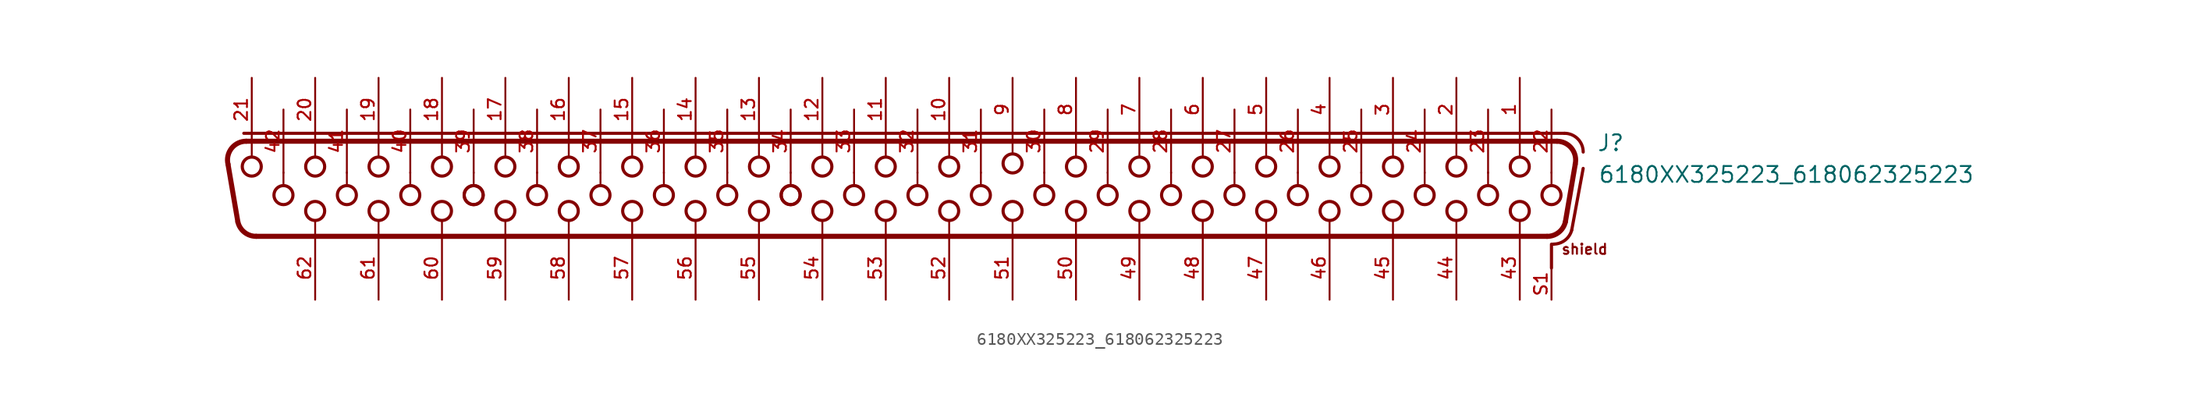
<source format=kicad_sym>
(kicad_symbol_lib
  (version 20211014)
  (generator kicad_symbol_editor)
  (symbol "6180XX325223_618062325223"
    (pin_names
      (offset 1.016))
    (property "Reference" "J"
      (at 56.96 1.66 0)
      (effects (font (size 1.27 1.27)) (justify bottom left)))
    (property "Value" "6180XX325223_618062325223"
      (at 57.06 -0.88 0)
      (effects (font (size 1.27 1.27)) (justify bottom left)))
    (symbol "6180XX325223_618062325223_0_0"
      (polyline (pts (xy -51.244 2.54) (xy 53.784 2.54)) (stroke (width 0.406)))
      (arc (start 55.2442125 0.695165625) (mid 54.9583 1.9738) (end 53.7843875 2.54) (stroke (width 0.4064) (type default) (color 0 0 0 0)) (fill (type none)))
      (polyline (pts (xy 55.244 0.695) (xy 54.453 -3.925)) (stroke (width 0.406)))
      (arc (start 52.99305 -5.08) (mid 53.9208 -4.7586) (end 54.452871875 -3.92484375) (stroke (width 0.4064) (type default) (color 0 0 0 0)) (fill (type none)))
      (polyline (pts (xy 52.993 -5.08) (xy -50.453 -5.08)) (stroke (width 0.406)))
      (arc (start -52.7042125 0.695165625) (mid -52.4183 1.9738) (end -51.2443875 2.54) (stroke (width 0.4064) (type default) (color 0 0 0 0)) (fill (type none)))
      (arc (start -51.912871875 -3.92484375) (mid -51.3868 -4.7539) (end -50.45305 -5.08) (stroke (width 0.4064) (type default) (color 0 0 0 0)) (fill (type none)))
      (polyline (pts (xy -51.913 -3.925) (xy -52.704 0.695)) (stroke (width 0.406)))
      (polyline (pts (xy -51.435 3.175) (xy 54.38 3.175)) (stroke (width 0.254)))
      (arc (start 55.88 1.675) (mid 55.4407 2.7357) (end 54.38 3.175) (stroke (width 0.254) (type default) (color 0 0 0 0)) (fill (type none)))
      (polyline (pts (xy 53.34 -5.715) (xy 53.34 -7.62)) (stroke (width 0.254)))
      (polyline (pts (xy 53.38 -5.71) (xy 53.509 -5.71)) (stroke (width 0.254)))
      (arc (start 54.96405 -4.5738) (mid 54.4323 -5.392) (end 53.508834375 -5.71) (stroke (width 0.254) (type default) (color 0 0 0 0)) (fill (type none)))
      (polyline (pts (xy 54.964 -4.574) (xy 55.88 0.36)) (stroke (width 0.254)))
      (polyline (pts (xy -50.8 2.58) (xy -50.8 1.3)) (stroke (width 0.152)))
      (polyline (pts (xy 12.7 0.04) (xy 12.7 -1.04)) (stroke (width 0.152)))
      (polyline (pts (xy 15.24 2.58) (xy 15.24 1.3)) (stroke (width 0.152)))
      (polyline (pts (xy 20.32 2.58) (xy 20.32 1.3)) (stroke (width 0.152)))
      (polyline (pts (xy 25.4 2.58) (xy 25.4 1.3)) (stroke (width 0.152)))
      (polyline (pts (xy 30.48 2.58) (xy 30.48 1.3)) (stroke (width 0.152)))
      (polyline (pts (xy 35.56 2.58) (xy 35.56 1.3)) (stroke (width 0.152)))
      (polyline (pts (xy 40.64 2.58) (xy 40.64 1.3)) (stroke (width 0.152)))
      (polyline (pts (xy 45.72 2.58) (xy 45.72 1.3)) (stroke (width 0.152)))
      (polyline (pts (xy 50.8 2.58) (xy 50.8 1.3)) (stroke (width 0.152)))
      (polyline (pts (xy 50.8 -5.12) (xy 50.8 -3.84)) (stroke (width 0.152)))
      (polyline (pts (xy 45.72 -5.12) (xy 45.72 -3.84)) (stroke (width 0.152)))
      (polyline (pts (xy 40.64 -5.12) (xy 40.64 -3.84)) (stroke (width 0.152)))
      (polyline (pts (xy 35.56 -5.12) (xy 35.56 -3.84)) (stroke (width 0.152)))
      (polyline (pts (xy 30.48 -5.12) (xy 30.48 -3.84)) (stroke (width 0.152)))
      (polyline (pts (xy 25.4 -5.12) (xy 25.4 -3.84)) (stroke (width 0.152)))
      (polyline (pts (xy 20.32 -5.12) (xy 20.32 -3.84)) (stroke (width 0.152)))
      (polyline (pts (xy 15.24 -5.12) (xy 15.24 -3.84)) (stroke (width 0.152)))
      (polyline (pts (xy 17.78 0.04) (xy 17.78 -1.04)) (stroke (width 0.152)))
      (polyline (pts (xy 22.86 0.04) (xy 22.86 -1.04)) (stroke (width 0.152)))
      (polyline (pts (xy 27.94 0.04) (xy 27.94 -1.04)) (stroke (width 0.152)))
      (polyline (pts (xy 33.02 0.04) (xy 33.02 -1.04)) (stroke (width 0.152)))
      (polyline (pts (xy 38.1 0.04) (xy 38.1 -1.04)) (stroke (width 0.152)))
      (polyline (pts (xy 43.18 0.04) (xy 43.18 -1.04)) (stroke (width 0.152)))
      (polyline (pts (xy 48.26 0.04) (xy 48.26 -1.04)) (stroke (width 0.152)))
      (polyline (pts (xy 53.34 0.04) (xy 53.34 -1.04)) (stroke (width 0.152)))
      (polyline (pts (xy -5.08 2.58) (xy -5.08 1.3)) (stroke (width 0.152)))
      (polyline (pts (xy 0.0 2.58) (xy 0.0 1.3)) (stroke (width 0.152)))
      (polyline (pts (xy 5.08 2.58) (xy 5.08 1.3)) (stroke (width 0.152)))
      (polyline (pts (xy 5.08 -5.12) (xy 5.08 -3.84)) (stroke (width 0.152)))
      (polyline (pts (xy 0.0 -5.12) (xy 0.0 -3.84)) (stroke (width 0.152)))
      (polyline (pts (xy -5.08 -5.12) (xy -5.08 -3.84)) (stroke (width 0.152)))
      (polyline (pts (xy -2.54 0.04) (xy -2.54 -1.04)) (stroke (width 0.152)))
      (polyline (pts (xy 2.54 0.04) (xy 2.54 -1.04)) (stroke (width 0.152)))
      (polyline (pts (xy 7.62 0.04) (xy 7.62 -1.04)) (stroke (width 0.152)))
      (polyline (pts (xy 10.16 2.58) (xy 10.16 1.5)) (stroke (width 0.152)))
      (polyline (pts (xy -17.78 0.04) (xy -17.78 -1.04)) (stroke (width 0.152)))
      (polyline (pts (xy -15.24 2.58) (xy -15.24 1.3)) (stroke (width 0.152)))
      (polyline (pts (xy -10.16 2.58) (xy -10.16 1.3)) (stroke (width 0.152)))
      (polyline (pts (xy -10.16 -5.12) (xy -10.16 -3.84)) (stroke (width 0.152)))
      (polyline (pts (xy -15.24 -5.12) (xy -15.24 -3.84)) (stroke (width 0.152)))
      (polyline (pts (xy -12.7 0.04) (xy -12.7 -1.04)) (stroke (width 0.152)))
      (polyline (pts (xy -7.62 0.04) (xy -7.62 -1.04)) (stroke (width 0.152)))
      (polyline (pts (xy 10.16 -5.12) (xy 10.16 -3.84)) (stroke (width 0.152)))
      (polyline (pts (xy -30.48 2.58) (xy -30.48 1.3)) (stroke (width 0.152)))
      (polyline (pts (xy -25.4 2.58) (xy -25.4 1.3)) (stroke (width 0.152)))
      (polyline (pts (xy -20.32 2.58) (xy -20.32 1.3)) (stroke (width 0.152)))
      (polyline (pts (xy -20.32 -5.12) (xy -20.32 -3.84)) (stroke (width 0.152)))
      (polyline (pts (xy -25.4 -5.12) (xy -25.4 -3.84)) (stroke (width 0.152)))
      (polyline (pts (xy -30.48 -5.12) (xy -30.48 -3.84)) (stroke (width 0.152)))
      (polyline (pts (xy -27.94 0.04) (xy -27.94 -1.04)) (stroke (width 0.152)))
      (polyline (pts (xy -22.86 0.04) (xy -22.86 -1.04)) (stroke (width 0.152)))
      (polyline (pts (xy -43.18 0.04) (xy -43.18 -1.04)) (stroke (width 0.152)))
      (polyline (pts (xy -40.64 2.58) (xy -40.64 1.3)) (stroke (width 0.152)))
      (polyline (pts (xy -35.56 2.58) (xy -35.56 1.3)) (stroke (width 0.152)))
      (polyline (pts (xy -35.56 -5.12) (xy -35.56 -3.84)) (stroke (width 0.152)))
      (polyline (pts (xy -40.64 -5.12) (xy -40.64 -3.84)) (stroke (width 0.152)))
      (polyline (pts (xy -38.1 0.04) (xy -38.1 -1.04)) (stroke (width 0.152)))
      (polyline (pts (xy -33.02 0.04) (xy -33.02 -1.04)) (stroke (width 0.152)))
      (polyline (pts (xy -48.26 0.04) (xy -48.26 -1.04)) (stroke (width 0.152)))
      (polyline (pts (xy -45.72 2.58) (xy -45.72 1.3)) (stroke (width 0.152)))
      (polyline (pts (xy -45.72 -5.12) (xy -45.72 -3.84)) (stroke (width 0.152)))
      (text "shield" (at 54.08 -6.59 0) (effects (font (size 0.813 0.813)) (justify bottom left)))
      (circle (center 50.8 0.508) (radius 0.762) (stroke (width 0.254)) (fill (type none)))
      (circle (center 45.72 0.508) (radius 0.762) (stroke (width 0.254)) (fill (type none)))
      (circle (center 40.64 0.508) (radius 0.762) (stroke (width 0.254)) (fill (type none)))
      (circle (center 15.24 0.508) (radius 0.762) (stroke (width 0.254)) (fill (type none)))
      (circle (center 53.34 -1.778) (radius 0.762) (stroke (width 0.254)) (fill (type none)))
      (circle (center 48.26 -1.778) (radius 0.762) (stroke (width 0.254)) (fill (type none)))
      (circle (center 43.18 -1.778) (radius 0.762) (stroke (width 0.254)) (fill (type none)))
      (circle (center 38.1 -1.778) (radius 0.762) (stroke (width 0.254)) (fill (type none)))
      (circle (center 20.32 0.508) (radius 0.762) (stroke (width 0.254)) (fill (type none)))
      (circle (center 25.4 0.508) (radius 0.762) (stroke (width 0.254)) (fill (type none)))
      (circle (center 30.48 0.508) (radius 0.762) (stroke (width 0.254)) (fill (type none)))
      (circle (center 35.56 0.508) (radius 0.762) (stroke (width 0.254)) (fill (type none)))
      (circle (center 33.02 -1.778) (radius 0.762) (stroke (width 0.254)) (fill (type none)))
      (circle (center 27.94 -1.778) (radius 0.762) (stroke (width 0.254)) (fill (type none)))
      (circle (center 22.86 -1.778) (radius 0.762) (stroke (width 0.254)) (fill (type none)))
      (circle (center 17.78 -1.778) (radius 0.762) (stroke (width 0.254)) (fill (type none)))
      (circle (center 12.7 -1.778) (radius 0.762) (stroke (width 0.254)) (fill (type none)))
      (circle (center 15.24 -3.048) (radius 0.762) (stroke (width 0.254)) (fill (type none)))
      (circle (center 20.32 -3.048) (radius 0.762) (stroke (width 0.254)) (fill (type none)))
      (circle (center 25.4 -3.048) (radius 0.762) (stroke (width 0.254)) (fill (type none)))
      (circle (center 30.48 -3.048) (radius 0.762) (stroke (width 0.254)) (fill (type none)))
      (circle (center 50.8 -3.048) (radius 0.762) (stroke (width 0.254)) (fill (type none)))
      (circle (center 45.72 -3.048) (radius 0.762) (stroke (width 0.254)) (fill (type none)))
      (circle (center 35.56 -3.048) (radius 0.762) (stroke (width 0.254)) (fill (type none)))
      (circle (center -50.8 0.508) (radius 0.762) (stroke (width 0.254)) (fill (type none)))
      (circle (center 40.64 -3.048) (radius 0.762) (stroke (width 0.254)) (fill (type none)))
      (circle (center -5.08 0.508) (radius 0.762) (stroke (width 0.254)) (fill (type none)))
      (circle (center 0.0 0.508) (radius 0.762) (stroke (width 0.254)) (fill (type none)))
      (circle (center 5.08 0.508) (radius 0.762) (stroke (width 0.254)) (fill (type none)))
      (circle (center 7.62 -1.778) (radius 0.762) (stroke (width 0.254)) (fill (type none)))
      (circle (center 2.54 -1.778) (radius 0.762) (stroke (width 0.254)) (fill (type none)))
      (circle (center -2.54 -1.778) (radius 0.762) (stroke (width 0.254)) (fill (type none)))
      (circle (center -7.62 -1.778) (radius 0.762) (stroke (width 0.254)) (fill (type none)))
      (circle (center -5.08 -3.048) (radius 0.762) (stroke (width 0.254)) (fill (type none)))
      (circle (center 0.0 -3.048) (radius 0.762) (stroke (width 0.254)) (fill (type none)))
      (circle (center 5.08 -3.048) (radius 0.762) (stroke (width 0.254)) (fill (type none)))
      (circle (center 10.16 0.762) (radius 0.762) (stroke (width 0.254)) (fill (type none)))
      (circle (center -15.24 0.508) (radius 0.762) (stroke (width 0.254)) (fill (type none)))
      (circle (center -10.16 0.508) (radius 0.762) (stroke (width 0.254)) (fill (type none)))
      (circle (center -7.62 -1.778) (radius 0.762) (stroke (width 0.254)) (fill (type none)))
      (circle (center -12.7 -1.778) (radius 0.762) (stroke (width 0.254)) (fill (type none)))
      (circle (center -17.78 -1.778) (radius 0.762) (stroke (width 0.254)) (fill (type none)))
      (circle (center -15.24 -3.048) (radius 0.762) (stroke (width 0.254)) (fill (type none)))
      (circle (center -10.16 -3.048) (radius 0.762) (stroke (width 0.254)) (fill (type none)))
      (circle (center 10.16 -3.048) (radius 0.762) (stroke (width 0.254)) (fill (type none)))
      (circle (center -30.48 0.508) (radius 0.762) (stroke (width 0.254)) (fill (type none)))
      (circle (center -25.4 0.508) (radius 0.762) (stroke (width 0.254)) (fill (type none)))
      (circle (center -20.32 0.508) (radius 0.762) (stroke (width 0.254)) (fill (type none)))
      (circle (center -22.86 -1.778) (radius 0.762) (stroke (width 0.254)) (fill (type none)))
      (circle (center -27.94 -1.778) (radius 0.762) (stroke (width 0.254)) (fill (type none)))
      (circle (center -33.02 -1.778) (radius 0.762) (stroke (width 0.254)) (fill (type none)))
      (circle (center -30.48 -3.048) (radius 0.762) (stroke (width 0.254)) (fill (type none)))
      (circle (center -25.4 -3.048) (radius 0.762) (stroke (width 0.254)) (fill (type none)))
      (circle (center -20.32 -3.048) (radius 0.762) (stroke (width 0.254)) (fill (type none)))
      (circle (center -40.64 0.508) (radius 0.762) (stroke (width 0.254)) (fill (type none)))
      (circle (center -35.56 0.508) (radius 0.762) (stroke (width 0.254)) (fill (type none)))
      (circle (center -33.02 -1.778) (radius 0.762) (stroke (width 0.254)) (fill (type none)))
      (circle (center -38.1 -1.778) (radius 0.762) (stroke (width 0.254)) (fill (type none)))
      (circle (center -43.18 -1.778) (radius 0.762) (stroke (width 0.254)) (fill (type none)))
      (circle (center -40.64 -3.048) (radius 0.762) (stroke (width 0.254)) (fill (type none)))
      (circle (center -35.56 -3.048) (radius 0.762) (stroke (width 0.254)) (fill (type none)))
      (circle (center -45.72 0.508) (radius 0.762) (stroke (width 0.254)) (fill (type none)))
      (circle (center -48.26 -1.778) (radius 0.762) (stroke (width 0.254)) (fill (type none)))
      (circle (center -45.72 -3.048) (radius 0.762) (stroke (width 0.254)) (fill (type none)))
      (pin bidirectional line (at 50.8 7.62 270.0) (length 5.08) (name "~" (effects (font (size 1.016 1.016)))) (number "1" (effects (font (size 1.016 1.016)))))
      (pin bidirectional line (at 45.72 7.62 270.0) (length 5.08) (name "~" (effects (font (size 1.016 1.016)))) (number "2" (effects (font (size 1.016 1.016)))))
      (pin bidirectional line (at 40.64 7.62 270.0) (length 5.08) (name "~" (effects (font (size 1.016 1.016)))) (number "3" (effects (font (size 1.016 1.016)))))
      (pin bidirectional line (at 35.56 7.62 270.0) (length 5.08) (name "~" (effects (font (size 1.016 1.016)))) (number "4" (effects (font (size 1.016 1.016)))))
      (pin bidirectional line (at 30.48 7.62 270.0) (length 5.08) (name "~" (effects (font (size 1.016 1.016)))) (number "5" (effects (font (size 1.016 1.016)))))
      (pin bidirectional line (at 25.4 7.62 270.0) (length 5.08) (name "~" (effects (font (size 1.016 1.016)))) (number "6" (effects (font (size 1.016 1.016)))))
      (pin bidirectional line (at 20.32 7.62 270.0) (length 5.08) (name "~" (effects (font (size 1.016 1.016)))) (number "7" (effects (font (size 1.016 1.016)))))
      (pin bidirectional line (at 15.24 7.62 270.0) (length 5.08) (name "~" (effects (font (size 1.016 1.016)))) (number "8" (effects (font (size 1.016 1.016)))))
      (pin bidirectional line (at 10.16 7.62 270.0) (length 5.08) (name "~" (effects (font (size 1.016 1.016)))) (number "9" (effects (font (size 1.016 1.016)))))
      (pin bidirectional line (at 5.08 7.62 270.0) (length 5.08) (name "~" (effects (font (size 1.016 1.016)))) (number "10" (effects (font (size 1.016 1.016)))))
      (pin bidirectional line (at 0.0 7.62 270.0) (length 5.08) (name "~" (effects (font (size 1.016 1.016)))) (number "11" (effects (font (size 1.016 1.016)))))
      (pin bidirectional line (at -5.08 7.62 270.0) (length 5.08) (name "~" (effects (font (size 1.016 1.016)))) (number "12" (effects (font (size 1.016 1.016)))))
      (pin bidirectional line (at -10.16 7.62 270.0) (length 5.08) (name "~" (effects (font (size 1.016 1.016)))) (number "13" (effects (font (size 1.016 1.016)))))
      (pin bidirectional line (at -15.24 7.62 270.0) (length 5.08) (name "~" (effects (font (size 1.016 1.016)))) (number "14" (effects (font (size 1.016 1.016)))))
      (pin bidirectional line (at -20.32 7.62 270.0) (length 5.08) (name "~" (effects (font (size 1.016 1.016)))) (number "15" (effects (font (size 1.016 1.016)))))
      (pin bidirectional line (at -25.4 7.62 270.0) (length 5.08) (name "~" (effects (font (size 1.016 1.016)))) (number "16" (effects (font (size 1.016 1.016)))))
      (pin bidirectional line (at -30.48 7.62 270.0) (length 5.08) (name "~" (effects (font (size 1.016 1.016)))) (number "17" (effects (font (size 1.016 1.016)))))
      (pin bidirectional line (at -35.56 7.62 270.0) (length 5.08) (name "~" (effects (font (size 1.016 1.016)))) (number "18" (effects (font (size 1.016 1.016)))))
      (pin bidirectional line (at -40.64 7.62 270.0) (length 5.08) (name "~" (effects (font (size 1.016 1.016)))) (number "19" (effects (font (size 1.016 1.016)))))
      (pin bidirectional line (at -45.72 7.62 270.0) (length 5.08) (name "~" (effects (font (size 1.016 1.016)))) (number "20" (effects (font (size 1.016 1.016)))))
      (pin bidirectional line (at -50.8 7.62 270.0) (length 5.08) (name "~" (effects (font (size 1.016 1.016)))) (number "21" (effects (font (size 1.016 1.016)))))
      (pin bidirectional line (at 53.34 5.08 270.0) (length 5.08) (name "~" (effects (font (size 1.016 1.016)))) (number "22" (effects (font (size 1.016 1.016)))))
      (pin bidirectional line (at 48.26 5.08 270.0) (length 5.08) (name "~" (effects (font (size 1.016 1.016)))) (number "23" (effects (font (size 1.016 1.016)))))
      (pin bidirectional line (at 43.18 5.08 270.0) (length 5.08) (name "~" (effects (font (size 1.016 1.016)))) (number "24" (effects (font (size 1.016 1.016)))))
      (pin bidirectional line (at 38.1 5.08 270.0) (length 5.08) (name "~" (effects (font (size 1.016 1.016)))) (number "25" (effects (font (size 1.016 1.016)))))
      (pin bidirectional line (at 33.02 5.08 270.0) (length 5.08) (name "~" (effects (font (size 1.016 1.016)))) (number "26" (effects (font (size 1.016 1.016)))))
      (pin bidirectional line (at 27.94 5.08 270.0) (length 5.08) (name "~" (effects (font (size 1.016 1.016)))) (number "27" (effects (font (size 1.016 1.016)))))
      (pin bidirectional line (at 22.86 5.08 270.0) (length 5.08) (name "~" (effects (font (size 1.016 1.016)))) (number "28" (effects (font (size 1.016 1.016)))))
      (pin bidirectional line (at 17.78 5.08 270.0) (length 5.08) (name "~" (effects (font (size 1.016 1.016)))) (number "29" (effects (font (size 1.016 1.016)))))
      (pin bidirectional line (at 12.7 5.08 270.0) (length 5.08) (name "~" (effects (font (size 1.016 1.016)))) (number "30" (effects (font (size 1.016 1.016)))))
      (pin bidirectional line (at 7.62 5.08 270.0) (length 5.08) (name "~" (effects (font (size 1.016 1.016)))) (number "31" (effects (font (size 1.016 1.016)))))
      (pin bidirectional line (at 2.54 5.08 270.0) (length 5.08) (name "~" (effects (font (size 1.016 1.016)))) (number "32" (effects (font (size 1.016 1.016)))))
      (pin bidirectional line (at -2.54 5.08 270.0) (length 5.08) (name "~" (effects (font (size 1.016 1.016)))) (number "33" (effects (font (size 1.016 1.016)))))
      (pin bidirectional line (at -7.62 5.08 270.0) (length 5.08) (name "~" (effects (font (size 1.016 1.016)))) (number "34" (effects (font (size 1.016 1.016)))))
      (pin bidirectional line (at -12.7 5.08 270.0) (length 5.08) (name "~" (effects (font (size 1.016 1.016)))) (number "35" (effects (font (size 1.016 1.016)))))
      (pin bidirectional line (at -17.78 5.08 270.0) (length 5.08) (name "~" (effects (font (size 1.016 1.016)))) (number "36" (effects (font (size 1.016 1.016)))))
      (pin bidirectional line (at -22.86 5.08 270.0) (length 5.08) (name "~" (effects (font (size 1.016 1.016)))) (number "37" (effects (font (size 1.016 1.016)))))
      (pin bidirectional line (at -27.94 5.08 270.0) (length 5.08) (name "~" (effects (font (size 1.016 1.016)))) (number "38" (effects (font (size 1.016 1.016)))))
      (pin bidirectional line (at -33.02 5.08 270.0) (length 5.08) (name "~" (effects (font (size 1.016 1.016)))) (number "39" (effects (font (size 1.016 1.016)))))
      (pin bidirectional line (at -38.1 5.08 270.0) (length 5.08) (name "~" (effects (font (size 1.016 1.016)))) (number "40" (effects (font (size 1.016 1.016)))))
      (pin bidirectional line (at -43.18 5.08 270.0) (length 5.08) (name "~" (effects (font (size 1.016 1.016)))) (number "41" (effects (font (size 1.016 1.016)))))
      (pin bidirectional line (at -48.26 5.08 270.0) (length 5.08) (name "~" (effects (font (size 1.016 1.016)))) (number "42" (effects (font (size 1.016 1.016)))))
      (pin bidirectional line (at 50.8 -10.16 90.0) (length 5.08) (name "~" (effects (font (size 1.016 1.016)))) (number "43" (effects (font (size 1.016 1.016)))))
      (pin bidirectional line (at 45.72 -10.16 90.0) (length 5.08) (name "~" (effects (font (size 1.016 1.016)))) (number "44" (effects (font (size 1.016 1.016)))))
      (pin bidirectional line (at 40.64 -10.16 90.0) (length 5.08) (name "~" (effects (font (size 1.016 1.016)))) (number "45" (effects (font (size 1.016 1.016)))))
      (pin bidirectional line (at 35.56 -10.16 90.0) (length 5.08) (name "~" (effects (font (size 1.016 1.016)))) (number "46" (effects (font (size 1.016 1.016)))))
      (pin bidirectional line (at 30.48 -10.16 90.0) (length 5.08) (name "~" (effects (font (size 1.016 1.016)))) (number "47" (effects (font (size 1.016 1.016)))))
      (pin bidirectional line (at 25.4 -10.16 90.0) (length 5.08) (name "~" (effects (font (size 1.016 1.016)))) (number "48" (effects (font (size 1.016 1.016)))))
      (pin bidirectional line (at 20.32 -10.16 90.0) (length 5.08) (name "~" (effects (font (size 1.016 1.016)))) (number "49" (effects (font (size 1.016 1.016)))))
      (pin bidirectional line (at 15.24 -10.16 90.0) (length 5.08) (name "~" (effects (font (size 1.016 1.016)))) (number "50" (effects (font (size 1.016 1.016)))))
      (pin bidirectional line (at 10.16 -10.16 90.0) (length 5.08) (name "~" (effects (font (size 1.016 1.016)))) (number "51" (effects (font (size 1.016 1.016)))))
      (pin bidirectional line (at 5.08 -10.16 90.0) (length 5.08) (name "~" (effects (font (size 1.016 1.016)))) (number "52" (effects (font (size 1.016 1.016)))))
      (pin bidirectional line (at 0.0 -10.16 90.0) (length 5.08) (name "~" (effects (font (size 1.016 1.016)))) (number "53" (effects (font (size 1.016 1.016)))))
      (pin bidirectional line (at -5.08 -10.16 90.0) (length 5.08) (name "~" (effects (font (size 1.016 1.016)))) (number "54" (effects (font (size 1.016 1.016)))))
      (pin bidirectional line (at -10.16 -10.16 90.0) (length 5.08) (name "~" (effects (font (size 1.016 1.016)))) (number "55" (effects (font (size 1.016 1.016)))))
      (pin bidirectional line (at -15.24 -10.16 90.0) (length 5.08) (name "~" (effects (font (size 1.016 1.016)))) (number "56" (effects (font (size 1.016 1.016)))))
      (pin bidirectional line (at -20.32 -10.16 90.0) (length 5.08) (name "~" (effects (font (size 1.016 1.016)))) (number "57" (effects (font (size 1.016 1.016)))))
      (pin bidirectional line (at -25.4 -10.16 90.0) (length 5.08) (name "~" (effects (font (size 1.016 1.016)))) (number "58" (effects (font (size 1.016 1.016)))))
      (pin bidirectional line (at -30.48 -10.16 90.0) (length 5.08) (name "~" (effects (font (size 1.016 1.016)))) (number "59" (effects (font (size 1.016 1.016)))))
      (pin bidirectional line (at -35.56 -10.16 90.0) (length 5.08) (name "~" (effects (font (size 1.016 1.016)))) (number "60" (effects (font (size 1.016 1.016)))))
      (pin bidirectional line (at -40.64 -10.16 90.0) (length 5.08) (name "~" (effects (font (size 1.016 1.016)))) (number "61" (effects (font (size 1.016 1.016)))))
      (pin bidirectional line (at -45.72 -10.16 90.0) (length 5.08) (name "~" (effects (font (size 1.016 1.016)))) (number "62" (effects (font (size 1.016 1.016)))))
      (pin bidirectional line (at 53.34 -10.16 90.0) (length 2.54) (name "~" (effects (font (size 1.016 1.016)))) (number "S1" (effects (font (size 1.016 1.016))))))))
</source>
